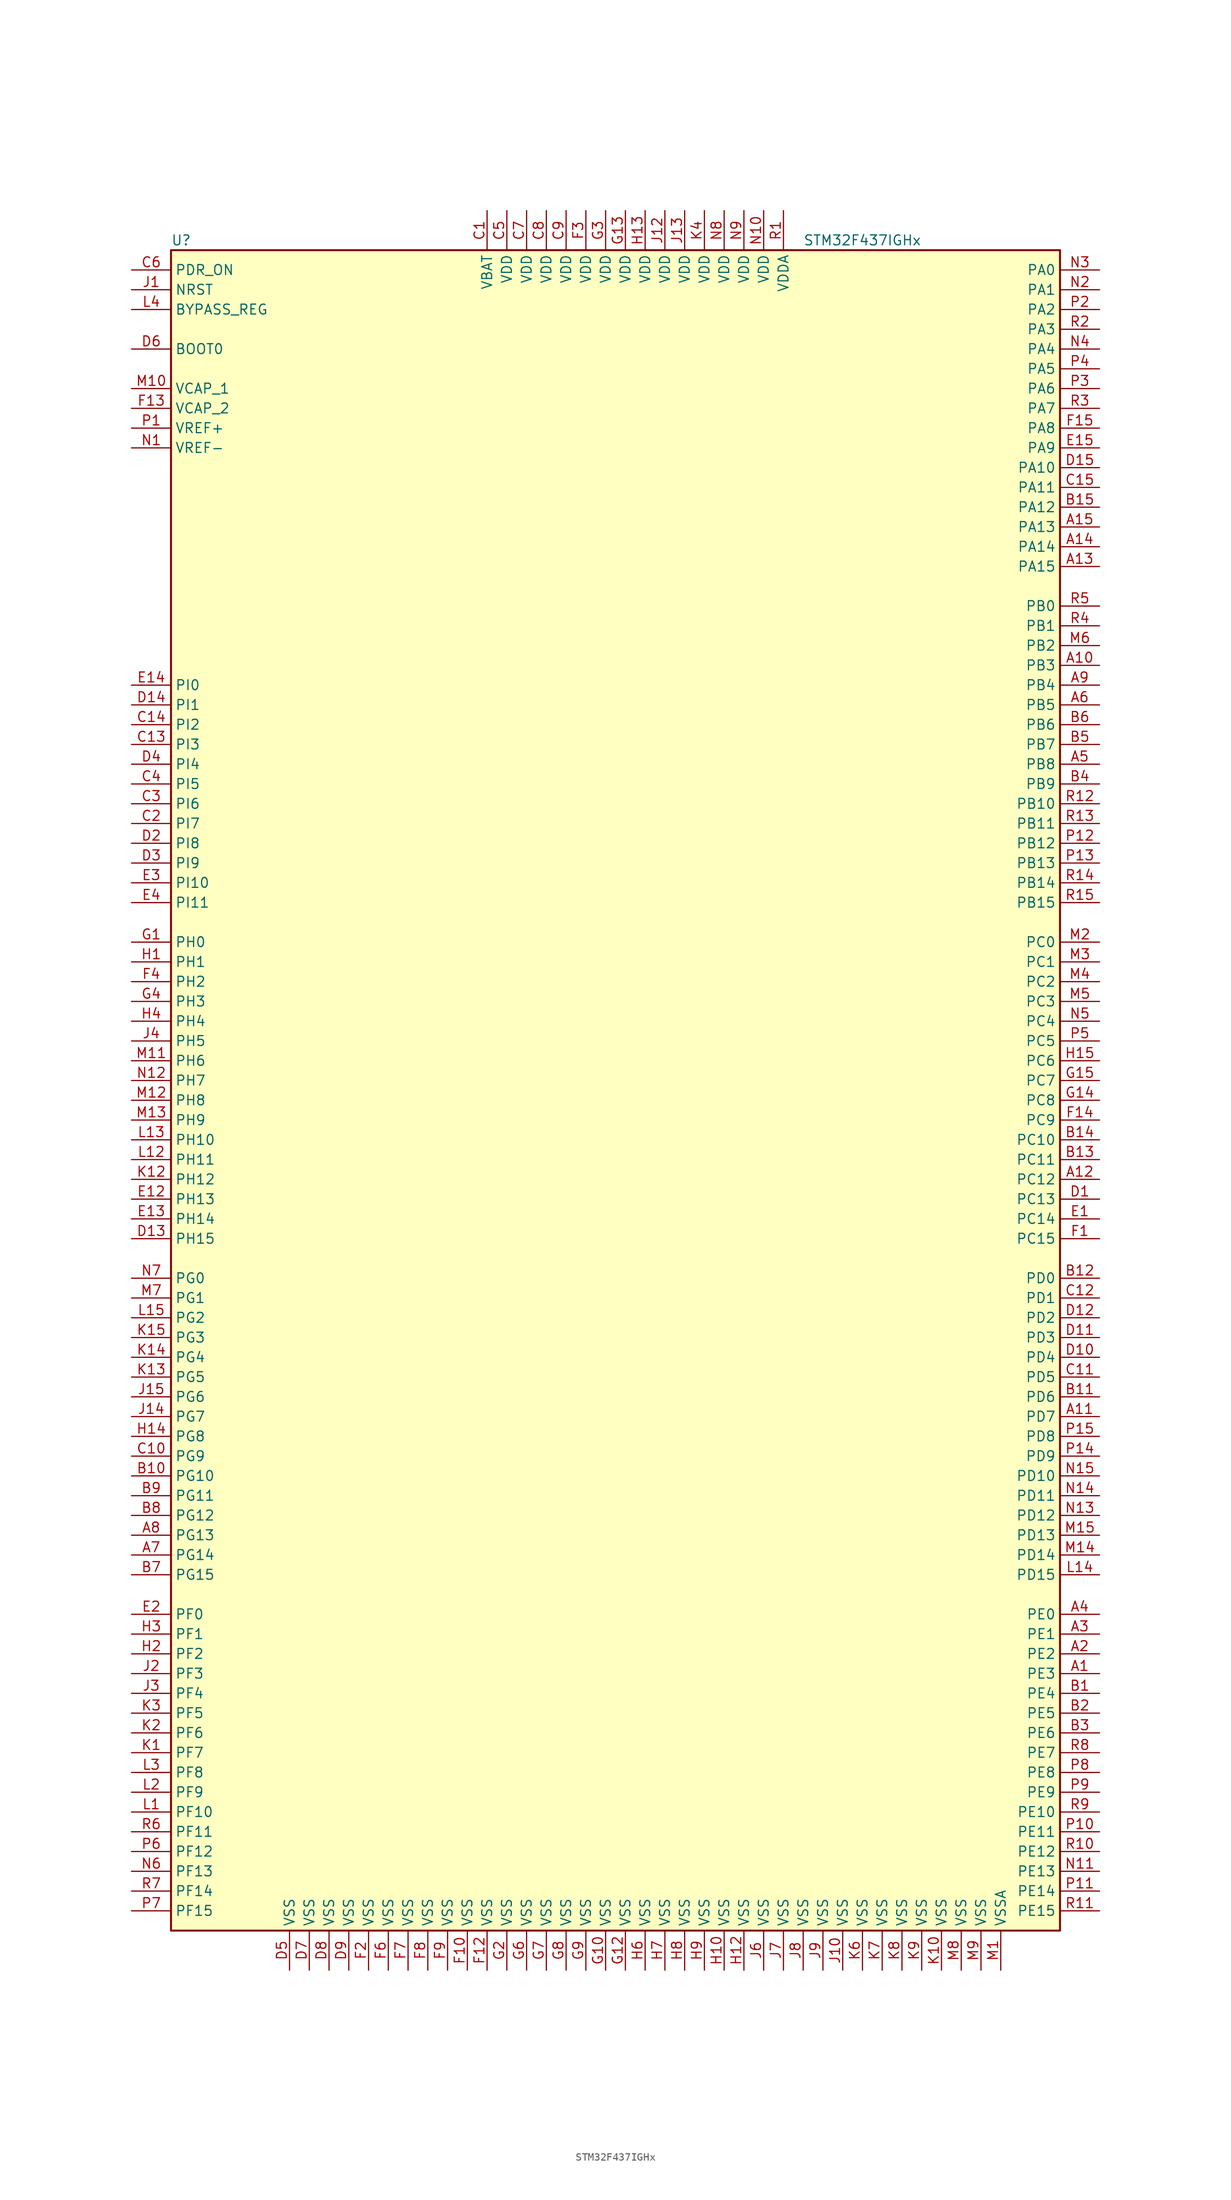
<source format=kicad_sym>
(kicad_symbol_lib
  (version 20201005)
  (generator kicad_symbol_editor)
  (symbol "MCU_ST_STM32F4:STM32F437IGHx"
    (property "Reference" "U"
      (at -58.42 107.95 0)
      (effects (font (size 1.27 1.27)) (justify left)))
    (property "Value" "STM32F437IGHx"
      (at 22.86 107.95 0)
      (effects (font (size 1.27 1.27)) (justify left)))
    (symbol "STM32F437IGHx_0_1"
      (rectangle (start -58.42 -109.22) (end 55.88 106.68) (stroke (width 0.254)) (fill (type background))))
    (symbol "STM32F437IGHx_1_1"
      (pin input line (at -63.5 93.98 0) (length 5.08) (name "BOOT0" (effects (font (size 1.27 1.27)))) (number "D6" (effects (font (size 1.27 1.27)))))
      (pin input line (at -63.5 99.06 0) (length 5.08) (name "BYPASS_REG" (effects (font (size 1.27 1.27)))) (number "L4" (effects (font (size 1.27 1.27)))))
      (pin input line (at -63.5 101.6 0) (length 5.08) (name "NRST" (effects (font (size 1.27 1.27)))) (number "J1" (effects (font (size 1.27 1.27)))))
      (pin bidirectional line (at 60.96 104.14 180) (length 5.08) (name "PA0" (effects (font (size 1.27 1.27)))) (number "N3" (effects (font (size 1.27 1.27)))))
      (pin bidirectional line (at 60.96 101.6 180) (length 5.08) (name "PA1" (effects (font (size 1.27 1.27)))) (number "N2" (effects (font (size 1.27 1.27)))))
      (pin bidirectional line (at 60.96 78.74 180) (length 5.08) (name "PA10" (effects (font (size 1.27 1.27)))) (number "D15" (effects (font (size 1.27 1.27)))))
      (pin bidirectional line (at 60.96 76.2 180) (length 5.08) (name "PA11" (effects (font (size 1.27 1.27)))) (number "C15" (effects (font (size 1.27 1.27)))))
      (pin bidirectional line (at 60.96 73.66 180) (length 5.08) (name "PA12" (effects (font (size 1.27 1.27)))) (number "B15" (effects (font (size 1.27 1.27)))))
      (pin bidirectional line (at 60.96 71.12 180) (length 5.08) (name "PA13" (effects (font (size 1.27 1.27)))) (number "A15" (effects (font (size 1.27 1.27)))))
      (pin bidirectional line (at 60.96 68.58 180) (length 5.08) (name "PA14" (effects (font (size 1.27 1.27)))) (number "A14" (effects (font (size 1.27 1.27)))))
      (pin bidirectional line (at 60.96 66.04 180) (length 5.08) (name "PA15" (effects (font (size 1.27 1.27)))) (number "A13" (effects (font (size 1.27 1.27)))))
      (pin bidirectional line (at 60.96 99.06 180) (length 5.08) (name "PA2" (effects (font (size 1.27 1.27)))) (number "P2" (effects (font (size 1.27 1.27)))))
      (pin bidirectional line (at 60.96 96.52 180) (length 5.08) (name "PA3" (effects (font (size 1.27 1.27)))) (number "R2" (effects (font (size 1.27 1.27)))))
      (pin bidirectional line (at 60.96 93.98 180) (length 5.08) (name "PA4" (effects (font (size 1.27 1.27)))) (number "N4" (effects (font (size 1.27 1.27)))))
      (pin bidirectional line (at 60.96 91.44 180) (length 5.08) (name "PA5" (effects (font (size 1.27 1.27)))) (number "P4" (effects (font (size 1.27 1.27)))))
      (pin bidirectional line (at 60.96 88.9 180) (length 5.08) (name "PA6" (effects (font (size 1.27 1.27)))) (number "P3" (effects (font (size 1.27 1.27)))))
      (pin bidirectional line (at 60.96 86.36 180) (length 5.08) (name "PA7" (effects (font (size 1.27 1.27)))) (number "R3" (effects (font (size 1.27 1.27)))))
      (pin bidirectional line (at 60.96 83.82 180) (length 5.08) (name "PA8" (effects (font (size 1.27 1.27)))) (number "F15" (effects (font (size 1.27 1.27)))))
      (pin bidirectional line (at 60.96 81.28 180) (length 5.08) (name "PA9" (effects (font (size 1.27 1.27)))) (number "E15" (effects (font (size 1.27 1.27)))))
      (pin bidirectional line (at 60.96 60.96 180) (length 5.08) (name "PB0" (effects (font (size 1.27 1.27)))) (number "R5" (effects (font (size 1.27 1.27)))))
      (pin bidirectional line (at 60.96 58.42 180) (length 5.08) (name "PB1" (effects (font (size 1.27 1.27)))) (number "R4" (effects (font (size 1.27 1.27)))))
      (pin bidirectional line (at 60.96 35.56 180) (length 5.08) (name "PB10" (effects (font (size 1.27 1.27)))) (number "R12" (effects (font (size 1.27 1.27)))))
      (pin bidirectional line (at 60.96 33.02 180) (length 5.08) (name "PB11" (effects (font (size 1.27 1.27)))) (number "R13" (effects (font (size 1.27 1.27)))))
      (pin bidirectional line (at 60.96 30.48 180) (length 5.08) (name "PB12" (effects (font (size 1.27 1.27)))) (number "P12" (effects (font (size 1.27 1.27)))))
      (pin bidirectional line (at 60.96 27.94 180) (length 5.08) (name "PB13" (effects (font (size 1.27 1.27)))) (number "P13" (effects (font (size 1.27 1.27)))))
      (pin bidirectional line (at 60.96 25.4 180) (length 5.08) (name "PB14" (effects (font (size 1.27 1.27)))) (number "R14" (effects (font (size 1.27 1.27)))))
      (pin bidirectional line (at 60.96 22.86 180) (length 5.08) (name "PB15" (effects (font (size 1.27 1.27)))) (number "R15" (effects (font (size 1.27 1.27)))))
      (pin bidirectional line (at 60.96 55.88 180) (length 5.08) (name "PB2" (effects (font (size 1.27 1.27)))) (number "M6" (effects (font (size 1.27 1.27)))))
      (pin bidirectional line (at 60.96 53.34 180) (length 5.08) (name "PB3" (effects (font (size 1.27 1.27)))) (number "A10" (effects (font (size 1.27 1.27)))))
      (pin bidirectional line (at 60.96 50.8 180) (length 5.08) (name "PB4" (effects (font (size 1.27 1.27)))) (number "A9" (effects (font (size 1.27 1.27)))))
      (pin bidirectional line (at 60.96 48.26 180) (length 5.08) (name "PB5" (effects (font (size 1.27 1.27)))) (number "A6" (effects (font (size 1.27 1.27)))))
      (pin bidirectional line (at 60.96 45.72 180) (length 5.08) (name "PB6" (effects (font (size 1.27 1.27)))) (number "B6" (effects (font (size 1.27 1.27)))))
      (pin bidirectional line (at 60.96 43.18 180) (length 5.08) (name "PB7" (effects (font (size 1.27 1.27)))) (number "B5" (effects (font (size 1.27 1.27)))))
      (pin bidirectional line (at 60.96 40.64 180) (length 5.08) (name "PB8" (effects (font (size 1.27 1.27)))) (number "A5" (effects (font (size 1.27 1.27)))))
      (pin bidirectional line (at 60.96 38.1 180) (length 5.08) (name "PB9" (effects (font (size 1.27 1.27)))) (number "B4" (effects (font (size 1.27 1.27)))))
      (pin bidirectional line (at 60.96 17.78 180) (length 5.08) (name "PC0" (effects (font (size 1.27 1.27)))) (number "M2" (effects (font (size 1.27 1.27)))))
      (pin bidirectional line (at 60.96 15.24 180) (length 5.08) (name "PC1" (effects (font (size 1.27 1.27)))) (number "M3" (effects (font (size 1.27 1.27)))))
      (pin bidirectional line (at 60.96 -7.62 180) (length 5.08) (name "PC10" (effects (font (size 1.27 1.27)))) (number "B14" (effects (font (size 1.27 1.27)))))
      (pin bidirectional line (at 60.96 -10.16 180) (length 5.08) (name "PC11" (effects (font (size 1.27 1.27)))) (number "B13" (effects (font (size 1.27 1.27)))))
      (pin bidirectional line (at 60.96 -12.7 180) (length 5.08) (name "PC12" (effects (font (size 1.27 1.27)))) (number "A12" (effects (font (size 1.27 1.27)))))
      (pin bidirectional line (at 60.96 -15.24 180) (length 5.08) (name "PC13" (effects (font (size 1.27 1.27)))) (number "D1" (effects (font (size 1.27 1.27)))))
      (pin bidirectional line (at 60.96 -17.78 180) (length 5.08) (name "PC14" (effects (font (size 1.27 1.27)))) (number "E1" (effects (font (size 1.27 1.27)))))
      (pin bidirectional line (at 60.96 -20.32 180) (length 5.08) (name "PC15" (effects (font (size 1.27 1.27)))) (number "F1" (effects (font (size 1.27 1.27)))))
      (pin bidirectional line (at 60.96 12.7 180) (length 5.08) (name "PC2" (effects (font (size 1.27 1.27)))) (number "M4" (effects (font (size 1.27 1.27)))))
      (pin bidirectional line (at 60.96 10.16 180) (length 5.08) (name "PC3" (effects (font (size 1.27 1.27)))) (number "M5" (effects (font (size 1.27 1.27)))))
      (pin bidirectional line (at 60.96 7.62 180) (length 5.08) (name "PC4" (effects (font (size 1.27 1.27)))) (number "N5" (effects (font (size 1.27 1.27)))))
      (pin bidirectional line (at 60.96 5.08 180) (length 5.08) (name "PC5" (effects (font (size 1.27 1.27)))) (number "P5" (effects (font (size 1.27 1.27)))))
      (pin bidirectional line (at 60.96 2.54 180) (length 5.08) (name "PC6" (effects (font (size 1.27 1.27)))) (number "H15" (effects (font (size 1.27 1.27)))))
      (pin bidirectional line (at 60.96 0 180) (length 5.08) (name "PC7" (effects (font (size 1.27 1.27)))) (number "G15" (effects (font (size 1.27 1.27)))))
      (pin bidirectional line (at 60.96 -2.54 180) (length 5.08) (name "PC8" (effects (font (size 1.27 1.27)))) (number "G14" (effects (font (size 1.27 1.27)))))
      (pin bidirectional line (at 60.96 -5.08 180) (length 5.08) (name "PC9" (effects (font (size 1.27 1.27)))) (number "F14" (effects (font (size 1.27 1.27)))))
      (pin bidirectional line (at 60.96 -25.4 180) (length 5.08) (name "PD0" (effects (font (size 1.27 1.27)))) (number "B12" (effects (font (size 1.27 1.27)))))
      (pin bidirectional line (at 60.96 -27.94 180) (length 5.08) (name "PD1" (effects (font (size 1.27 1.27)))) (number "C12" (effects (font (size 1.27 1.27)))))
      (pin bidirectional line (at 60.96 -50.8 180) (length 5.08) (name "PD10" (effects (font (size 1.27 1.27)))) (number "N15" (effects (font (size 1.27 1.27)))))
      (pin bidirectional line (at 60.96 -53.34 180) (length 5.08) (name "PD11" (effects (font (size 1.27 1.27)))) (number "N14" (effects (font (size 1.27 1.27)))))
      (pin bidirectional line (at 60.96 -55.88 180) (length 5.08) (name "PD12" (effects (font (size 1.27 1.27)))) (number "N13" (effects (font (size 1.27 1.27)))))
      (pin bidirectional line (at 60.96 -58.42 180) (length 5.08) (name "PD13" (effects (font (size 1.27 1.27)))) (number "M15" (effects (font (size 1.27 1.27)))))
      (pin bidirectional line (at 60.96 -60.96 180) (length 5.08) (name "PD14" (effects (font (size 1.27 1.27)))) (number "M14" (effects (font (size 1.27 1.27)))))
      (pin bidirectional line (at 60.96 -63.5 180) (length 5.08) (name "PD15" (effects (font (size 1.27 1.27)))) (number "L14" (effects (font (size 1.27 1.27)))))
      (pin bidirectional line (at 60.96 -30.48 180) (length 5.08) (name "PD2" (effects (font (size 1.27 1.27)))) (number "D12" (effects (font (size 1.27 1.27)))))
      (pin bidirectional line (at 60.96 -33.02 180) (length 5.08) (name "PD3" (effects (font (size 1.27 1.27)))) (number "D11" (effects (font (size 1.27 1.27)))))
      (pin bidirectional line (at 60.96 -35.56 180) (length 5.08) (name "PD4" (effects (font (size 1.27 1.27)))) (number "D10" (effects (font (size 1.27 1.27)))))
      (pin bidirectional line (at 60.96 -38.1 180) (length 5.08) (name "PD5" (effects (font (size 1.27 1.27)))) (number "C11" (effects (font (size 1.27 1.27)))))
      (pin bidirectional line (at 60.96 -40.64 180) (length 5.08) (name "PD6" (effects (font (size 1.27 1.27)))) (number "B11" (effects (font (size 1.27 1.27)))))
      (pin bidirectional line (at 60.96 -43.18 180) (length 5.08) (name "PD7" (effects (font (size 1.27 1.27)))) (number "A11" (effects (font (size 1.27 1.27)))))
      (pin bidirectional line (at 60.96 -45.72 180) (length 5.08) (name "PD8" (effects (font (size 1.27 1.27)))) (number "P15" (effects (font (size 1.27 1.27)))))
      (pin bidirectional line (at 60.96 -48.26 180) (length 5.08) (name "PD9" (effects (font (size 1.27 1.27)))) (number "P14" (effects (font (size 1.27 1.27)))))
      (pin input line (at -63.5 104.14 0) (length 5.08) (name "PDR_ON" (effects (font (size 1.27 1.27)))) (number "C6" (effects (font (size 1.27 1.27)))))
      (pin bidirectional line (at 60.96 -68.58 180) (length 5.08) (name "PE0" (effects (font (size 1.27 1.27)))) (number "A4" (effects (font (size 1.27 1.27)))))
      (pin bidirectional line (at 60.96 -71.12 180) (length 5.08) (name "PE1" (effects (font (size 1.27 1.27)))) (number "A3" (effects (font (size 1.27 1.27)))))
      (pin bidirectional line (at 60.96 -93.98 180) (length 5.08) (name "PE10" (effects (font (size 1.27 1.27)))) (number "R9" (effects (font (size 1.27 1.27)))))
      (pin bidirectional line (at 60.96 -96.52 180) (length 5.08) (name "PE11" (effects (font (size 1.27 1.27)))) (number "P10" (effects (font (size 1.27 1.27)))))
      (pin bidirectional line (at 60.96 -99.06 180) (length 5.08) (name "PE12" (effects (font (size 1.27 1.27)))) (number "R10" (effects (font (size 1.27 1.27)))))
      (pin bidirectional line (at 60.96 -101.6 180) (length 5.08) (name "PE13" (effects (font (size 1.27 1.27)))) (number "N11" (effects (font (size 1.27 1.27)))))
      (pin bidirectional line (at 60.96 -104.14 180) (length 5.08) (name "PE14" (effects (font (size 1.27 1.27)))) (number "P11" (effects (font (size 1.27 1.27)))))
      (pin bidirectional line (at 60.96 -106.68 180) (length 5.08) (name "PE15" (effects (font (size 1.27 1.27)))) (number "R11" (effects (font (size 1.27 1.27)))))
      (pin bidirectional line (at 60.96 -73.66 180) (length 5.08) (name "PE2" (effects (font (size 1.27 1.27)))) (number "A2" (effects (font (size 1.27 1.27)))))
      (pin bidirectional line (at 60.96 -76.2 180) (length 5.08) (name "PE3" (effects (font (size 1.27 1.27)))) (number "A1" (effects (font (size 1.27 1.27)))))
      (pin bidirectional line (at 60.96 -78.74 180) (length 5.08) (name "PE4" (effects (font (size 1.27 1.27)))) (number "B1" (effects (font (size 1.27 1.27)))))
      (pin bidirectional line (at 60.96 -81.28 180) (length 5.08) (name "PE5" (effects (font (size 1.27 1.27)))) (number "B2" (effects (font (size 1.27 1.27)))))
      (pin bidirectional line (at 60.96 -83.82 180) (length 5.08) (name "PE6" (effects (font (size 1.27 1.27)))) (number "B3" (effects (font (size 1.27 1.27)))))
      (pin bidirectional line (at 60.96 -86.36 180) (length 5.08) (name "PE7" (effects (font (size 1.27 1.27)))) (number "R8" (effects (font (size 1.27 1.27)))))
      (pin bidirectional line (at 60.96 -88.9 180) (length 5.08) (name "PE8" (effects (font (size 1.27 1.27)))) (number "P8" (effects (font (size 1.27 1.27)))))
      (pin bidirectional line (at 60.96 -91.44 180) (length 5.08) (name "PE9" (effects (font (size 1.27 1.27)))) (number "P9" (effects (font (size 1.27 1.27)))))
      (pin bidirectional line (at -63.5 -68.58 0) (length 5.08) (name "PF0" (effects (font (size 1.27 1.27)))) (number "E2" (effects (font (size 1.27 1.27)))))
      (pin bidirectional line (at -63.5 -71.12 0) (length 5.08) (name "PF1" (effects (font (size 1.27 1.27)))) (number "H3" (effects (font (size 1.27 1.27)))))
      (pin bidirectional line (at -63.5 -93.98 0) (length 5.08) (name "PF10" (effects (font (size 1.27 1.27)))) (number "L1" (effects (font (size 1.27 1.27)))))
      (pin bidirectional line (at -63.5 -96.52 0) (length 5.08) (name "PF11" (effects (font (size 1.27 1.27)))) (number "R6" (effects (font (size 1.27 1.27)))))
      (pin bidirectional line (at -63.5 -99.06 0) (length 5.08) (name "PF12" (effects (font (size 1.27 1.27)))) (number "P6" (effects (font (size 1.27 1.27)))))
      (pin bidirectional line (at -63.5 -101.6 0) (length 5.08) (name "PF13" (effects (font (size 1.27 1.27)))) (number "N6" (effects (font (size 1.27 1.27)))))
      (pin bidirectional line (at -63.5 -104.14 0) (length 5.08) (name "PF14" (effects (font (size 1.27 1.27)))) (number "R7" (effects (font (size 1.27 1.27)))))
      (pin bidirectional line (at -63.5 -106.68 0) (length 5.08) (name "PF15" (effects (font (size 1.27 1.27)))) (number "P7" (effects (font (size 1.27 1.27)))))
      (pin bidirectional line (at -63.5 -73.66 0) (length 5.08) (name "PF2" (effects (font (size 1.27 1.27)))) (number "H2" (effects (font (size 1.27 1.27)))))
      (pin bidirectional line (at -63.5 -76.2 0) (length 5.08) (name "PF3" (effects (font (size 1.27 1.27)))) (number "J2" (effects (font (size 1.27 1.27)))))
      (pin bidirectional line (at -63.5 -78.74 0) (length 5.08) (name "PF4" (effects (font (size 1.27 1.27)))) (number "J3" (effects (font (size 1.27 1.27)))))
      (pin bidirectional line (at -63.5 -81.28 0) (length 5.08) (name "PF5" (effects (font (size 1.27 1.27)))) (number "K3" (effects (font (size 1.27 1.27)))))
      (pin bidirectional line (at -63.5 -83.82 0) (length 5.08) (name "PF6" (effects (font (size 1.27 1.27)))) (number "K2" (effects (font (size 1.27 1.27)))))
      (pin bidirectional line (at -63.5 -86.36 0) (length 5.08) (name "PF7" (effects (font (size 1.27 1.27)))) (number "K1" (effects (font (size 1.27 1.27)))))
      (pin bidirectional line (at -63.5 -88.9 0) (length 5.08) (name "PF8" (effects (font (size 1.27 1.27)))) (number "L3" (effects (font (size 1.27 1.27)))))
      (pin bidirectional line (at -63.5 -91.44 0) (length 5.08) (name "PF9" (effects (font (size 1.27 1.27)))) (number "L2" (effects (font (size 1.27 1.27)))))
      (pin bidirectional line (at -63.5 -25.4 0) (length 5.08) (name "PG0" (effects (font (size 1.27 1.27)))) (number "N7" (effects (font (size 1.27 1.27)))))
      (pin bidirectional line (at -63.5 -27.94 0) (length 5.08) (name "PG1" (effects (font (size 1.27 1.27)))) (number "M7" (effects (font (size 1.27 1.27)))))
      (pin bidirectional line (at -63.5 -50.8 0) (length 5.08) (name "PG10" (effects (font (size 1.27 1.27)))) (number "B10" (effects (font (size 1.27 1.27)))))
      (pin bidirectional line (at -63.5 -53.34 0) (length 5.08) (name "PG11" (effects (font (size 1.27 1.27)))) (number "B9" (effects (font (size 1.27 1.27)))))
      (pin bidirectional line (at -63.5 -55.88 0) (length 5.08) (name "PG12" (effects (font (size 1.27 1.27)))) (number "B8" (effects (font (size 1.27 1.27)))))
      (pin bidirectional line (at -63.5 -58.42 0) (length 5.08) (name "PG13" (effects (font (size 1.27 1.27)))) (number "A8" (effects (font (size 1.27 1.27)))))
      (pin bidirectional line (at -63.5 -60.96 0) (length 5.08) (name "PG14" (effects (font (size 1.27 1.27)))) (number "A7" (effects (font (size 1.27 1.27)))))
      (pin bidirectional line (at -63.5 -63.5 0) (length 5.08) (name "PG15" (effects (font (size 1.27 1.27)))) (number "B7" (effects (font (size 1.27 1.27)))))
      (pin bidirectional line (at -63.5 -30.48 0) (length 5.08) (name "PG2" (effects (font (size 1.27 1.27)))) (number "L15" (effects (font (size 1.27 1.27)))))
      (pin bidirectional line (at -63.5 -33.02 0) (length 5.08) (name "PG3" (effects (font (size 1.27 1.27)))) (number "K15" (effects (font (size 1.27 1.27)))))
      (pin bidirectional line (at -63.5 -35.56 0) (length 5.08) (name "PG4" (effects (font (size 1.27 1.27)))) (number "K14" (effects (font (size 1.27 1.27)))))
      (pin bidirectional line (at -63.5 -38.1 0) (length 5.08) (name "PG5" (effects (font (size 1.27 1.27)))) (number "K13" (effects (font (size 1.27 1.27)))))
      (pin bidirectional line (at -63.5 -40.64 0) (length 5.08) (name "PG6" (effects (font (size 1.27 1.27)))) (number "J15" (effects (font (size 1.27 1.27)))))
      (pin bidirectional line (at -63.5 -43.18 0) (length 5.08) (name "PG7" (effects (font (size 1.27 1.27)))) (number "J14" (effects (font (size 1.27 1.27)))))
      (pin bidirectional line (at -63.5 -45.72 0) (length 5.08) (name "PG8" (effects (font (size 1.27 1.27)))) (number "H14" (effects (font (size 1.27 1.27)))))
      (pin bidirectional line (at -63.5 -48.26 0) (length 5.08) (name "PG9" (effects (font (size 1.27 1.27)))) (number "C10" (effects (font (size 1.27 1.27)))))
      (pin input line (at -63.5 17.78 0) (length 5.08) (name "PH0" (effects (font (size 1.27 1.27)))) (number "G1" (effects (font (size 1.27 1.27)))))
      (pin input line (at -63.5 15.24 0) (length 5.08) (name "PH1" (effects (font (size 1.27 1.27)))) (number "H1" (effects (font (size 1.27 1.27)))))
      (pin bidirectional line (at -63.5 -7.62 0) (length 5.08) (name "PH10" (effects (font (size 1.27 1.27)))) (number "L13" (effects (font (size 1.27 1.27)))))
      (pin bidirectional line (at -63.5 -10.16 0) (length 5.08) (name "PH11" (effects (font (size 1.27 1.27)))) (number "L12" (effects (font (size 1.27 1.27)))))
      (pin bidirectional line (at -63.5 -12.7 0) (length 5.08) (name "PH12" (effects (font (size 1.27 1.27)))) (number "K12" (effects (font (size 1.27 1.27)))))
      (pin bidirectional line (at -63.5 -15.24 0) (length 5.08) (name "PH13" (effects (font (size 1.27 1.27)))) (number "E12" (effects (font (size 1.27 1.27)))))
      (pin bidirectional line (at -63.5 -17.78 0) (length 5.08) (name "PH14" (effects (font (size 1.27 1.27)))) (number "E13" (effects (font (size 1.27 1.27)))))
      (pin bidirectional line (at -63.5 -20.32 0) (length 5.08) (name "PH15" (effects (font (size 1.27 1.27)))) (number "D13" (effects (font (size 1.27 1.27)))))
      (pin bidirectional line (at -63.5 12.7 0) (length 5.08) (name "PH2" (effects (font (size 1.27 1.27)))) (number "F4" (effects (font (size 1.27 1.27)))))
      (pin bidirectional line (at -63.5 10.16 0) (length 5.08) (name "PH3" (effects (font (size 1.27 1.27)))) (number "G4" (effects (font (size 1.27 1.27)))))
      (pin bidirectional line (at -63.5 7.62 0) (length 5.08) (name "PH4" (effects (font (size 1.27 1.27)))) (number "H4" (effects (font (size 1.27 1.27)))))
      (pin bidirectional line (at -63.5 5.08 0) (length 5.08) (name "PH5" (effects (font (size 1.27 1.27)))) (number "J4" (effects (font (size 1.27 1.27)))))
      (pin bidirectional line (at -63.5 2.54 0) (length 5.08) (name "PH6" (effects (font (size 1.27 1.27)))) (number "M11" (effects (font (size 1.27 1.27)))))
      (pin bidirectional line (at -63.5 0 0) (length 5.08) (name "PH7" (effects (font (size 1.27 1.27)))) (number "N12" (effects (font (size 1.27 1.27)))))
      (pin bidirectional line (at -63.5 -2.54 0) (length 5.08) (name "PH8" (effects (font (size 1.27 1.27)))) (number "M12" (effects (font (size 1.27 1.27)))))
      (pin bidirectional line (at -63.5 -5.08 0) (length 5.08) (name "PH9" (effects (font (size 1.27 1.27)))) (number "M13" (effects (font (size 1.27 1.27)))))
      (pin bidirectional line (at -63.5 50.8 0) (length 5.08) (name "PI0" (effects (font (size 1.27 1.27)))) (number "E14" (effects (font (size 1.27 1.27)))))
      (pin bidirectional line (at -63.5 48.26 0) (length 5.08) (name "PI1" (effects (font (size 1.27 1.27)))) (number "D14" (effects (font (size 1.27 1.27)))))
      (pin bidirectional line (at -63.5 25.4 0) (length 5.08) (name "PI10" (effects (font (size 1.27 1.27)))) (number "E3" (effects (font (size 1.27 1.27)))))
      (pin bidirectional line (at -63.5 22.86 0) (length 5.08) (name "PI11" (effects (font (size 1.27 1.27)))) (number "E4" (effects (font (size 1.27 1.27)))))
      (pin bidirectional line (at -63.5 45.72 0) (length 5.08) (name "PI2" (effects (font (size 1.27 1.27)))) (number "C14" (effects (font (size 1.27 1.27)))))
      (pin bidirectional line (at -63.5 43.18 0) (length 5.08) (name "PI3" (effects (font (size 1.27 1.27)))) (number "C13" (effects (font (size 1.27 1.27)))))
      (pin bidirectional line (at -63.5 40.64 0) (length 5.08) (name "PI4" (effects (font (size 1.27 1.27)))) (number "D4" (effects (font (size 1.27 1.27)))))
      (pin bidirectional line (at -63.5 38.1 0) (length 5.08) (name "PI5" (effects (font (size 1.27 1.27)))) (number "C4" (effects (font (size 1.27 1.27)))))
      (pin bidirectional line (at -63.5 35.56 0) (length 5.08) (name "PI6" (effects (font (size 1.27 1.27)))) (number "C3" (effects (font (size 1.27 1.27)))))
      (pin bidirectional line (at -63.5 33.02 0) (length 5.08) (name "PI7" (effects (font (size 1.27 1.27)))) (number "C2" (effects (font (size 1.27 1.27)))))
      (pin bidirectional line (at -63.5 30.48 0) (length 5.08) (name "PI8" (effects (font (size 1.27 1.27)))) (number "D2" (effects (font (size 1.27 1.27)))))
      (pin bidirectional line (at -63.5 27.94 0) (length 5.08) (name "PI9" (effects (font (size 1.27 1.27)))) (number "D3" (effects (font (size 1.27 1.27)))))
      (pin power_in line (at -17.78 111.76 270) (length 5.08) (name "VBAT" (effects (font (size 1.27 1.27)))) (number "C1" (effects (font (size 1.27 1.27)))))
      (pin power_in line (at -63.5 88.9 0) (length 5.08) (name "VCAP_1" (effects (font (size 1.27 1.27)))) (number "M10" (effects (font (size 1.27 1.27)))))
      (pin power_in line (at -63.5 86.36 0) (length 5.08) (name "VCAP_2" (effects (font (size 1.27 1.27)))) (number "F13" (effects (font (size 1.27 1.27)))))
      (pin power_in line (at -15.24 111.76 270) (length 5.08) (name "VDD" (effects (font (size 1.27 1.27)))) (number "C5" (effects (font (size 1.27 1.27)))))
      (pin power_in line (at -12.7 111.76 270) (length 5.08) (name "VDD" (effects (font (size 1.27 1.27)))) (number "C7" (effects (font (size 1.27 1.27)))))
      (pin power_in line (at -10.16 111.76 270) (length 5.08) (name "VDD" (effects (font (size 1.27 1.27)))) (number "C8" (effects (font (size 1.27 1.27)))))
      (pin power_in line (at -7.62 111.76 270) (length 5.08) (name "VDD" (effects (font (size 1.27 1.27)))) (number "C9" (effects (font (size 1.27 1.27)))))
      (pin power_in line (at -5.08 111.76 270) (length 5.08) (name "VDD" (effects (font (size 1.27 1.27)))) (number "F3" (effects (font (size 1.27 1.27)))))
      (pin power_in line (at 0 111.76 270) (length 5.08) (name "VDD" (effects (font (size 1.27 1.27)))) (number "G13" (effects (font (size 1.27 1.27)))))
      (pin power_in line (at -2.54 111.76 270) (length 5.08) (name "VDD" (effects (font (size 1.27 1.27)))) (number "G3" (effects (font (size 1.27 1.27)))))
      (pin power_in line (at 2.54 111.76 270) (length 5.08) (name "VDD" (effects (font (size 1.27 1.27)))) (number "H13" (effects (font (size 1.27 1.27)))))
      (pin power_in line (at 5.08 111.76 270) (length 5.08) (name "VDD" (effects (font (size 1.27 1.27)))) (number "J12" (effects (font (size 1.27 1.27)))))
      (pin power_in line (at 7.62 111.76 270) (length 5.08) (name "VDD" (effects (font (size 1.27 1.27)))) (number "J13" (effects (font (size 1.27 1.27)))))
      (pin power_in line (at 10.16 111.76 270) (length 5.08) (name "VDD" (effects (font (size 1.27 1.27)))) (number "K4" (effects (font (size 1.27 1.27)))))
      (pin power_in line (at 17.78 111.76 270) (length 5.08) (name "VDD" (effects (font (size 1.27 1.27)))) (number "N10" (effects (font (size 1.27 1.27)))))
      (pin power_in line (at 12.7 111.76 270) (length 5.08) (name "VDD" (effects (font (size 1.27 1.27)))) (number "N8" (effects (font (size 1.27 1.27)))))
      (pin power_in line (at 15.24 111.76 270) (length 5.08) (name "VDD" (effects (font (size 1.27 1.27)))) (number "N9" (effects (font (size 1.27 1.27)))))
      (pin power_in line (at 20.32 111.76 270) (length 5.08) (name "VDDA" (effects (font (size 1.27 1.27)))) (number "R1" (effects (font (size 1.27 1.27)))))
      (pin power_in line (at -63.5 83.82 0) (length 5.08) (name "VREF+" (effects (font (size 1.27 1.27)))) (number "P1" (effects (font (size 1.27 1.27)))))
      (pin power_in line (at -63.5 81.28 0) (length 5.08) (name "VREF-" (effects (font (size 1.27 1.27)))) (number "N1" (effects (font (size 1.27 1.27)))))
      (pin power_in line (at -43.18 -114.3 90) (length 5.08) (name "VSS" (effects (font (size 1.27 1.27)))) (number "D5" (effects (font (size 1.27 1.27)))))
      (pin power_in line (at -40.64 -114.3 90) (length 5.08) (name "VSS" (effects (font (size 1.27 1.27)))) (number "D7" (effects (font (size 1.27 1.27)))))
      (pin power_in line (at -38.1 -114.3 90) (length 5.08) (name "VSS" (effects (font (size 1.27 1.27)))) (number "D8" (effects (font (size 1.27 1.27)))))
      (pin power_in line (at -35.56 -114.3 90) (length 5.08) (name "VSS" (effects (font (size 1.27 1.27)))) (number "D9" (effects (font (size 1.27 1.27)))))
      (pin power_in line (at -20.32 -114.3 90) (length 5.08) (name "VSS" (effects (font (size 1.27 1.27)))) (number "F10" (effects (font (size 1.27 1.27)))))
      (pin power_in line (at -17.78 -114.3 90) (length 5.08) (name "VSS" (effects (font (size 1.27 1.27)))) (number "F12" (effects (font (size 1.27 1.27)))))
      (pin power_in line (at -33.02 -114.3 90) (length 5.08) (name "VSS" (effects (font (size 1.27 1.27)))) (number "F2" (effects (font (size 1.27 1.27)))))
      (pin power_in line (at -30.48 -114.3 90) (length 5.08) (name "VSS" (effects (font (size 1.27 1.27)))) (number "F6" (effects (font (size 1.27 1.27)))))
      (pin power_in line (at -27.94 -114.3 90) (length 5.08) (name "VSS" (effects (font (size 1.27 1.27)))) (number "F7" (effects (font (size 1.27 1.27)))))
      (pin power_in line (at -25.4 -114.3 90) (length 5.08) (name "VSS" (effects (font (size 1.27 1.27)))) (number "F8" (effects (font (size 1.27 1.27)))))
      (pin power_in line (at -22.86 -114.3 90) (length 5.08) (name "VSS" (effects (font (size 1.27 1.27)))) (number "F9" (effects (font (size 1.27 1.27)))))
      (pin power_in line (at -2.54 -114.3 90) (length 5.08) (name "VSS" (effects (font (size 1.27 1.27)))) (number "G10" (effects (font (size 1.27 1.27)))))
      (pin power_in line (at 0 -114.3 90) (length 5.08) (name "VSS" (effects (font (size 1.27 1.27)))) (number "G12" (effects (font (size 1.27 1.27)))))
      (pin power_in line (at -15.24 -114.3 90) (length 5.08) (name "VSS" (effects (font (size 1.27 1.27)))) (number "G2" (effects (font (size 1.27 1.27)))))
      (pin power_in line (at -12.7 -114.3 90) (length 5.08) (name "VSS" (effects (font (size 1.27 1.27)))) (number "G6" (effects (font (size 1.27 1.27)))))
      (pin power_in line (at -10.16 -114.3 90) (length 5.08) (name "VSS" (effects (font (size 1.27 1.27)))) (number "G7" (effects (font (size 1.27 1.27)))))
      (pin power_in line (at -7.62 -114.3 90) (length 5.08) (name "VSS" (effects (font (size 1.27 1.27)))) (number "G8" (effects (font (size 1.27 1.27)))))
      (pin power_in line (at -5.08 -114.3 90) (length 5.08) (name "VSS" (effects (font (size 1.27 1.27)))) (number "G9" (effects (font (size 1.27 1.27)))))
      (pin power_in line (at 12.7 -114.3 90) (length 5.08) (name "VSS" (effects (font (size 1.27 1.27)))) (number "H10" (effects (font (size 1.27 1.27)))))
      (pin power_in line (at 15.24 -114.3 90) (length 5.08) (name "VSS" (effects (font (size 1.27 1.27)))) (number "H12" (effects (font (size 1.27 1.27)))))
      (pin power_in line (at 2.54 -114.3 90) (length 5.08) (name "VSS" (effects (font (size 1.27 1.27)))) (number "H6" (effects (font (size 1.27 1.27)))))
      (pin power_in line (at 5.08 -114.3 90) (length 5.08) (name "VSS" (effects (font (size 1.27 1.27)))) (number "H7" (effects (font (size 1.27 1.27)))))
      (pin power_in line (at 7.62 -114.3 90) (length 5.08) (name "VSS" (effects (font (size 1.27 1.27)))) (number "H8" (effects (font (size 1.27 1.27)))))
      (pin power_in line (at 10.16 -114.3 90) (length 5.08) (name "VSS" (effects (font (size 1.27 1.27)))) (number "H9" (effects (font (size 1.27 1.27)))))
      (pin power_in line (at 27.94 -114.3 90) (length 5.08) (name "VSS" (effects (font (size 1.27 1.27)))) (number "J10" (effects (font (size 1.27 1.27)))))
      (pin power_in line (at 17.78 -114.3 90) (length 5.08) (name "VSS" (effects (font (size 1.27 1.27)))) (number "J6" (effects (font (size 1.27 1.27)))))
      (pin power_in line (at 20.32 -114.3 90) (length 5.08) (name "VSS" (effects (font (size 1.27 1.27)))) (number "J7" (effects (font (size 1.27 1.27)))))
      (pin power_in line (at 22.86 -114.3 90) (length 5.08) (name "VSS" (effects (font (size 1.27 1.27)))) (number "J8" (effects (font (size 1.27 1.27)))))
      (pin power_in line (at 25.4 -114.3 90) (length 5.08) (name "VSS" (effects (font (size 1.27 1.27)))) (number "J9" (effects (font (size 1.27 1.27)))))
      (pin power_in line (at 40.64 -114.3 90) (length 5.08) (name "VSS" (effects (font (size 1.27 1.27)))) (number "K10" (effects (font (size 1.27 1.27)))))
      (pin power_in line (at 30.48 -114.3 90) (length 5.08) (name "VSS" (effects (font (size 1.27 1.27)))) (number "K6" (effects (font (size 1.27 1.27)))))
      (pin power_in line (at 33.02 -114.3 90) (length 5.08) (name "VSS" (effects (font (size 1.27 1.27)))) (number "K7" (effects (font (size 1.27 1.27)))))
      (pin power_in line (at 35.56 -114.3 90) (length 5.08) (name "VSS" (effects (font (size 1.27 1.27)))) (number "K8" (effects (font (size 1.27 1.27)))))
      (pin power_in line (at 38.1 -114.3 90) (length 5.08) (name "VSS" (effects (font (size 1.27 1.27)))) (number "K9" (effects (font (size 1.27 1.27)))))
      (pin power_in line (at 43.18 -114.3 90) (length 5.08) (name "VSS" (effects (font (size 1.27 1.27)))) (number "M8" (effects (font (size 1.27 1.27)))))
      (pin power_in line (at 45.72 -114.3 90) (length 5.08) (name "VSS" (effects (font (size 1.27 1.27)))) (number "M9" (effects (font (size 1.27 1.27)))))
      (pin power_in line (at 48.26 -114.3 90) (length 5.08) (name "VSSA" (effects (font (size 1.27 1.27)))) (number "M1" (effects (font (size 1.27 1.27))))))))
</source>
